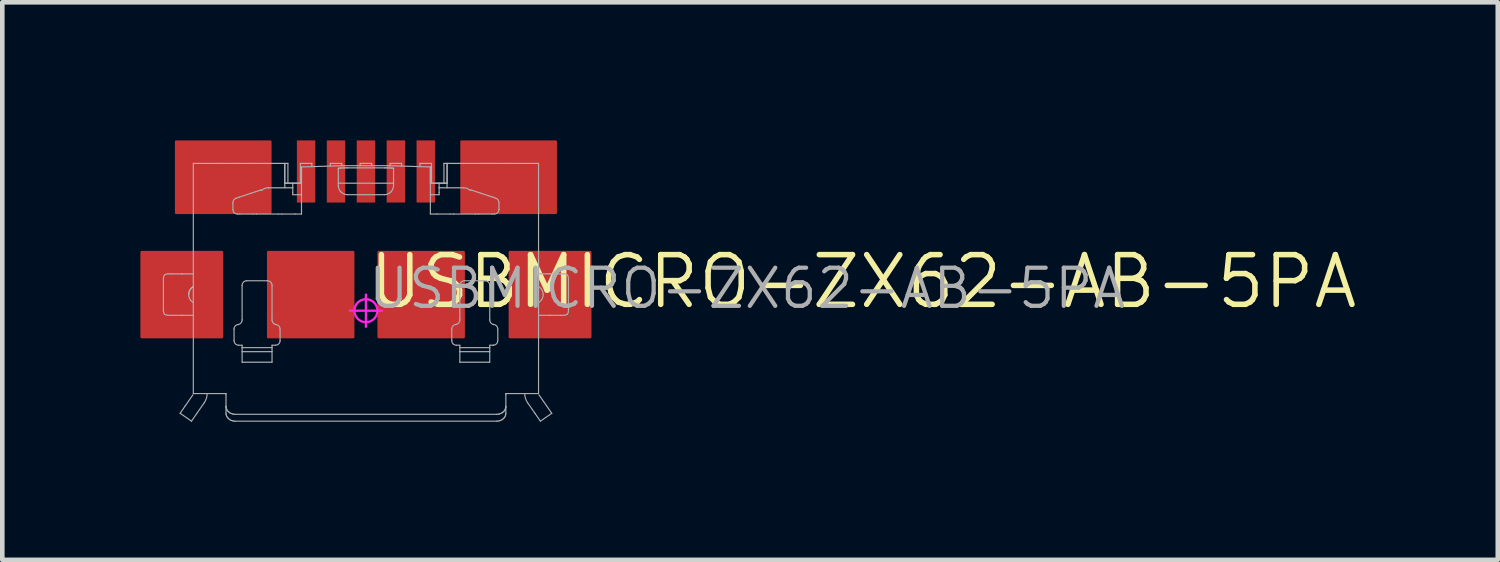
<source format=kicad_pcb>
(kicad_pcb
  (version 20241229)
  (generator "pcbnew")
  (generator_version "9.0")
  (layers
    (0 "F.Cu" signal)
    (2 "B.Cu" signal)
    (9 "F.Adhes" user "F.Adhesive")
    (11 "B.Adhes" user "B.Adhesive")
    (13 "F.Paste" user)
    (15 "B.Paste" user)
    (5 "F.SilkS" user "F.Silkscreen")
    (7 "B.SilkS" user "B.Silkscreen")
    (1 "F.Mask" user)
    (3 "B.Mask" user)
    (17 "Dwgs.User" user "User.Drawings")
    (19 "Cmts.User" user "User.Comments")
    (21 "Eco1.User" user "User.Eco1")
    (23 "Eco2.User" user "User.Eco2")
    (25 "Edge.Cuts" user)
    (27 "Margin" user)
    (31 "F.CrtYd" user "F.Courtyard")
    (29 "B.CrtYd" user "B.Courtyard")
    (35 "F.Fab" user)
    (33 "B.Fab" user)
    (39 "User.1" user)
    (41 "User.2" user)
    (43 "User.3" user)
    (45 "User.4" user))
  (footprint "USBMICRO-ZX62-AB-5PA"
    (layer "F.Cu")
    (at 4.9 3.7)
    (property "Reference" "USBMICRO-ZX62-AB-5PA" (at 0 0 0) (unlocked yes) (layer "F.SilkS") (effects (font (size 1.08 1.08) (thickness 0.12)) (justify left bottom)))
    (fp_line (start 0 -0.35) (end 0 0.35) (stroke (width 0.05) (type solid)) (layer "F.CrtYd"))
    (fp_line (start 0.35 0) (end -0.35 0) (stroke (width 0.05) (type solid)) (layer "F.CrtYd"))
    (fp_circle (center 0 0) (end 0.25 0) (stroke (width 0.05) (type solid)) (fill no) (layer "F.CrtYd"))
    (fp_line (start -4.4 0) (end -4.4 -0.7) (stroke (width 0.025) (type solid)) (layer "F.Fab"))
    (fp_line (start -4.304 -0.8) (end -4.232 -0.8) (stroke (width 0.025) (type solid)) (layer "F.Fab"))
    (fp_line (start -4.232 -0.8) (end -4.012 -0.8) (stroke (width 0.025) (type solid)) (layer "F.Fab"))
    (fp_line (start -4.232 0.1) (end -4.304 0.1) (stroke (width 0.025) (type solid)) (layer "F.Fab"))
    (fp_line (start -4.037 2.229) (end -3.79 2.4) (stroke (width 0.025) (type solid)) (layer "F.Fab"))
    (fp_line (start -4.012 -0.8) (end -3.983 -0.8) (stroke (width 0.025) (type solid)) (layer "F.Fab"))
    (fp_line (start -4.012 0.1) (end -4.232 0.1) (stroke (width 0.025) (type solid)) (layer "F.Fab"))
    (fp_line (start -3.983 -0.8) (end -3.75 -0.8) (stroke (width 0.025) (type solid)) (layer "F.Fab"))
    (fp_line (start -3.983 0.1) (end -4.012 0.1) (stroke (width 0.025) (type solid)) (layer "F.Fab"))
    (fp_line (start -3.923 2.064) (end -4.037 2.229) (stroke (width 0.025) (type solid)) (layer "F.Fab"))
    (fp_line (start -3.79 2.4) (end -3.676 2.235) (stroke (width 0.025) (type solid)) (layer "F.Fab"))
    (fp_line (start -3.759 1.828) (end -3.923 2.064) (stroke (width 0.025) (type solid)) (layer "F.Fab"))
    (fp_line (start -3.75 -3.2) (end -3.75 1.8) (stroke (width 0.025) (type solid)) (layer "F.Fab"))
    (fp_line (start -3.75 0.1) (end -3.983 0.1) (stroke (width 0.025) (type solid)) (layer "F.Fab"))
    (fp_line (start -3.75 1.8) (end -3.15 1.8) (stroke (width 0.025) (type solid)) (layer "F.Fab"))
    (fp_line (start -3.676 2.235) (end -3.512 1.999) (stroke (width 0.025) (type solid)) (layer "F.Fab"))
    (fp_line (start -3.15 -3.2) (end -3.75 -3.2) (stroke (width 0.025) (type solid)) (layer "F.Fab"))
    (fp_line (start -3.15 1.8) (end -3.04 1.8) (stroke (width 0.025) (type solid)) (layer "F.Fab"))
    (fp_line (start -3.04 1.8) (end -3.04 1.824) (stroke (width 0.025) (type solid)) (layer "F.Fab"))
    (fp_line (start -3.04 1.824) (end -3.04 2.077) (stroke (width 0.025) (type solid)) (layer "F.Fab"))
    (fp_line (start -3.04 2.077) (end -3.04 2.226) (stroke (width 0.025) (type solid)) (layer "F.Fab"))
    (fp_line (start -3.04 2.226) (end -3.037 2.253) (stroke (width 0.025) (type solid)) (layer "F.Fab"))
    (fp_line (start -3.037 2.105) (end -3.04 2.077) (stroke (width 0.025) (type solid)) (layer "F.Fab"))
    (fp_line (start -3.037 2.253) (end -3.03 2.28) (stroke (width 0.025) (type solid)) (layer "F.Fab"))
    (fp_line (start -3.03 2.131) (end -3.037 2.105) (stroke (width 0.025) (type solid)) (layer "F.Fab"))
    (fp_line (start -3.03 2.28) (end -3.018 2.305) (stroke (width 0.025) (type solid)) (layer "F.Fab"))
    (fp_line (start -3.018 2.156) (end -3.03 2.131) (stroke (width 0.025) (type solid)) (layer "F.Fab"))
    (fp_line (start -3.018 2.305) (end -3.002 2.328) (stroke (width 0.025) (type solid)) (layer "F.Fab"))
    (fp_line (start -3.002 2.18) (end -3.018 2.156) (stroke (width 0.025) (type solid)) (layer "F.Fab"))
    (fp_line (start -3.002 2.328) (end -2.981 2.349) (stroke (width 0.025) (type solid)) (layer "F.Fab"))
    (fp_line (start -2.981 2.2) (end -3.002 2.18) (stroke (width 0.025) (type solid)) (layer "F.Fab"))
    (fp_line (start -2.981 2.349) (end -2.958 2.367) (stroke (width 0.025) (type solid)) (layer "F.Fab"))
    (fp_line (start -2.958 2.218) (end -2.981 2.2) (stroke (width 0.025) (type solid)) (layer "F.Fab"))
    (fp_line (start -2.958 2.367) (end -2.931 2.381) (stroke (width 0.025) (type solid)) (layer "F.Fab"))
    (fp_line (start -2.931 2.232) (end -2.958 2.218) (stroke (width 0.025) (type solid)) (layer "F.Fab"))
    (fp_line (start -2.931 2.381) (end -2.902 2.391) (stroke (width 0.025) (type solid)) (layer "F.Fab"))
    (fp_line (start -2.902 2.243) (end -2.931 2.232) (stroke (width 0.025) (type solid)) (layer "F.Fab"))
    (fp_line (start -2.902 2.391) (end -2.871 2.398) (stroke (width 0.025) (type solid)) (layer "F.Fab"))
    (fp_line (start -2.89 -2.348) (end -2.89 -2.2) (stroke (width 0.025) (type solid)) (layer "F.Fab"))
    (fp_line (start -2.871 2.249) (end -2.902 2.243) (stroke (width 0.025) (type solid)) (layer "F.Fab"))
    (fp_line (start -2.871 2.398) (end -2.84 2.4) (stroke (width 0.025) (type solid)) (layer "F.Fab"))
    (fp_line (start -2.865 0.65) (end -2.865 0.4) (stroke (width 0.025) (type solid)) (layer "F.Fab"))
    (fp_line (start -2.84 2.251) (end -2.871 2.249) (stroke (width 0.025) (type solid)) (layer "F.Fab"))
    (fp_line (start -2.84 2.4) (end 2.84 2.4) (stroke (width 0.025) (type solid)) (layer "F.Fab"))
    (fp_line (start -2.79 -2.1) (end -2.74 -2.1) (stroke (width 0.025) (type solid)) (layer "F.Fab"))
    (fp_line (start -2.755 -3.2) (end -3.15 -3.2) (stroke (width 0.025) (type solid)) (layer "F.Fab"))
    (fp_line (start -2.755 -2.466) (end -2.822 -2.443) (stroke (width 0.025) (type solid)) (layer "F.Fab"))
    (fp_line (start -2.74 -2.1) (end -2.453 -2.1) (stroke (width 0.025) (type solid)) (layer "F.Fab"))
    (fp_line (start -2.69 0.201) (end -2.69 -0.55) (stroke (width 0.025) (type solid)) (layer "F.Fab"))
    (fp_line (start -2.69 0.75) (end -2.765 0.75) (stroke (width 0.025) (type solid)) (layer "F.Fab"))
    (fp_line (start -2.69 0.802) (end -2.69 0.75) (stroke (width 0.025) (type solid)) (layer "F.Fab"))
    (fp_line (start -2.69 0.89) (end -2.69 0.802) (stroke (width 0.025) (type solid)) (layer "F.Fab"))
    (fp_line (start -2.69 1.119) (end -2.69 0.89) (stroke (width 0.025) (type solid)) (layer "F.Fab"))
    (fp_line (start -2.59 -0.65) (end -2.14 -0.65) (stroke (width 0.025) (type solid)) (layer "F.Fab"))
    (fp_line (start -2.5 -3.2) (end -2.755 -3.2) (stroke (width 0.025) (type solid)) (layer "F.Fab"))
    (fp_line (start -2.5 -2.551) (end -2.755 -2.466) (stroke (width 0.025) (type solid)) (layer "F.Fab"))
    (fp_line (start -2.453 -2.1) (end -2.377 -2.1) (stroke (width 0.025) (type solid)) (layer "F.Fab"))
    (fp_line (start -2.377 -2.1) (end -1.903 -2.1) (stroke (width 0.025) (type solid)) (layer "F.Fab"))
    (fp_line (start -2.29 -2.62) (end -2.5 -2.551) (stroke (width 0.025) (type solid)) (layer "F.Fab"))
    (fp_line (start -2.258 -2.62) (end -2.29 -2.62) (stroke (width 0.025) (type solid)) (layer "F.Fab"))
    (fp_line (start -2.04 -0.55) (end -2.04 0.201) (stroke (width 0.025) (type solid)) (layer "F.Fab"))
    (fp_line (start -2.04 0.75) (end -2.04 0.802) (stroke (width 0.025) (type solid)) (layer "F.Fab"))
    (fp_line (start -2.04 0.802) (end -2.69 0.802) (stroke (width 0.025) (type solid)) (layer "F.Fab"))
    (fp_line (start -2.04 0.802) (end -2.04 0.89) (stroke (width 0.025) (type solid)) (layer "F.Fab"))
    (fp_line (start -2.04 0.89) (end -2.69 0.89) (stroke (width 0.025) (type solid)) (layer "F.Fab"))
    (fp_line (start -2.04 0.89) (end -2.04 1.119) (stroke (width 0.025) (type solid)) (layer "F.Fab"))
    (fp_line (start -2.04 1.119) (end -2.69 1.119) (stroke (width 0.025) (type solid)) (layer "F.Fab"))
    (fp_line (start -1.965 0.75) (end -2.04 0.75) (stroke (width 0.025) (type solid)) (layer "F.Fab"))
    (fp_line (start -1.903 -2.1) (end -1.827 -2.1) (stroke (width 0.025) (type solid)) (layer "F.Fab"))
    (fp_line (start -1.865 0.4) (end -1.865 0.65) (stroke (width 0.025) (type solid)) (layer "F.Fab"))
    (fp_line (start -1.827 -2.1) (end -1.54 -2.1) (stroke (width 0.025) (type solid)) (layer "F.Fab"))
    (fp_line (start -1.763 -3.2) (end -2.5 -3.2) (stroke (width 0.025) (type solid)) (layer "F.Fab"))
    (fp_line (start -1.763 -3.2) (end -1.763 -2.67) (stroke (width 0.025) (type solid)) (layer "F.Fab"))
    (fp_line (start -1.763 -3.2) (end -1.695 -3.2) (stroke (width 0.025) (type solid)) (layer "F.Fab"))
    (fp_line (start -1.763 -2.77) (end -1.763 -3.2) (stroke (width 0.025) (type solid)) (layer "F.Fab"))
    (fp_line (start -1.763 -2.77) (end -1.59 -2.77) (stroke (width 0.025) (type solid)) (layer "F.Fab"))
    (fp_line (start -1.695 -3.2) (end -1.695 -2.77) (stroke (width 0.025) (type solid)) (layer "F.Fab"))
    (fp_line (start -1.59 -2.77) (end -1.59 -2.67) (stroke (width 0.025) (type solid)) (layer "F.Fab"))
    (fp_line (start -1.59 -2.77) (end -1.4 -2.77) (stroke (width 0.025) (type solid)) (layer "F.Fab"))
    (fp_line (start -1.59 -2.67) (end -2.112 -2.67) (stroke (width 0.025) (type solid)) (layer "F.Fab"))
    (fp_line (start -1.59 -2.57) (end -1.59 -2.67) (stroke (width 0.025) (type solid)) (layer "F.Fab"))
    (fp_line (start -1.59 -2.52) (end -1.59 -2.57) (stroke (width 0.025) (type solid)) (layer "F.Fab"))
    (fp_line (start -1.54 -2.1) (end -1.4 -2.1) (stroke (width 0.025) (type solid)) (layer "F.Fab"))
    (fp_line (start -1.425 -3.2) (end -1.175 -3.2) (stroke (width 0.025) (type solid)) (layer "F.Fab"))
    (fp_line (start -1.425 -2.77) (end -1.425 -3.2) (stroke (width 0.025) (type solid)) (layer "F.Fab"))
    (fp_line (start -1.4 -3.123) (end -1.4 -2.77) (stroke (width 0.025) (type solid)) (layer "F.Fab"))
    (fp_line (start -1.4 -3.079) (end -1.4 -3.123) (stroke (width 0.025) (type solid)) (layer "F.Fab"))
    (fp_line (start -1.4 -2.77) (end -1.763 -2.77) (stroke (width 0.025) (type solid)) (layer "F.Fab"))
    (fp_line (start -1.4 -2.58) (end -1.4 -3.079) (stroke (width 0.025) (type solid)) (layer "F.Fab"))
    (fp_line (start -1.4 -2.52) (end -1.59 -2.52) (stroke (width 0.025) (type solid)) (layer "F.Fab"))
    (fp_line (start -1.4 -2.1) (end -1.4 -2.58) (stroke (width 0.025) (type solid)) (layer "F.Fab"))
    (fp_line (start -1.175 -3.13) (end -1.175 -3.2) (stroke (width 0.025) (type solid)) (layer "F.Fab"))
    (fp_line (start -0.775 -3.2) (end -0.775 -3.142) (stroke (width 0.025) (type solid)) (layer "F.Fab"))
    (fp_line (start -0.775 -3.2) (end -0.525 -3.2) (stroke (width 0.025) (type solid)) (layer "F.Fab"))
    (fp_line (start -0.6 -3.092) (end -0.597 -3.094) (stroke (width 0.025) (type solid)) (layer "F.Fab"))
    (fp_line (start -0.6 -3.079) (end -0.6 -3.092) (stroke (width 0.025) (type solid)) (layer "F.Fab"))
    (fp_line (start -0.6 -2.77) (end 0.6 -2.77) (stroke (width 0.025) (type solid)) (layer "F.Fab"))
    (fp_line (start -0.6 -2.72) (end -0.6 -3.079) (stroke (width 0.025) (type solid)) (layer "F.Fab"))
    (fp_line (start -0.597 -3.094) (end -0.59 -3.096) (stroke (width 0.025) (type solid)) (layer "F.Fab"))
    (fp_line (start -0.59 -3.096) (end -0.578 -3.097) (stroke (width 0.025) (type solid)) (layer "F.Fab"))
    (fp_line (start -0.578 -3.097) (end -0.562 -3.099) (stroke (width 0.025) (type solid)) (layer "F.Fab"))
    (fp_line (start -0.562 -3.099) (end -0.541 -3.1) (stroke (width 0.025) (type solid)) (layer "F.Fab"))
    (fp_line (start -0.541 -3.1) (end -0.518 -3.101) (stroke (width 0.025) (type solid)) (layer "F.Fab"))
    (fp_line (start -0.525 -3.15) (end -0.525 -3.2) (stroke (width 0.025) (type solid)) (layer "F.Fab"))
    (fp_line (start -0.518 -3.101) (end -0.491 -3.102) (stroke (width 0.025) (type solid)) (layer "F.Fab"))
    (fp_line (start -0.5 -3.15) (end -1.4 -3.123) (stroke (width 0.025) (type solid)) (layer "F.Fab"))
    (fp_line (start -0.491 -3.102) (end -0.462 -3.103) (stroke (width 0.025) (type solid)) (layer "F.Fab"))
    (fp_line (start -0.462 -3.103) (end -0.431 -3.103) (stroke (width 0.025) (type solid)) (layer "F.Fab"))
    (fp_line (start -0.431 -3.103) (end -0.4 -3.103) (stroke (width 0.025) (type solid)) (layer "F.Fab"))
    (fp_line (start -0.4 -3.103) (end 0.4 -3.103) (stroke (width 0.025) (type solid)) (layer "F.Fab"))
    (fp_line (start -0.125 -3.2) (end -0.125 -3.15) (stroke (width 0.025) (type solid)) (layer "F.Fab"))
    (fp_line (start -0.125 -3.2) (end 0.125 -3.2) (stroke (width 0.025) (type solid)) (layer "F.Fab"))
    (fp_line (start 0.125 -3.15) (end 0.125 -3.2) (stroke (width 0.025) (type solid)) (layer "F.Fab"))
    (fp_line (start 0.4 -3.103) (end 0.431 -3.103) (stroke (width 0.025) (type solid)) (layer "F.Fab"))
    (fp_line (start 0.4 -2.52) (end -0.4 -2.52) (stroke (width 0.025) (type solid)) (layer "F.Fab"))
    (fp_line (start 0.431 -3.103) (end 0.462 -3.103) (stroke (width 0.025) (type solid)) (layer "F.Fab"))
    (fp_line (start 0.462 -3.103) (end 0.491 -3.102) (stroke (width 0.025) (type solid)) (layer "F.Fab"))
    (fp_line (start 0.491 -3.102) (end 0.518 -3.101) (stroke (width 0.025) (type solid)) (layer "F.Fab"))
    (fp_line (start 0.5 -3.15) (end -0.5 -3.15) (stroke (width 0.025) (type solid)) (layer "F.Fab"))
    (fp_line (start 0.518 -3.101) (end 0.541 -3.1) (stroke (width 0.025) (type solid)) (layer "F.Fab"))
    (fp_line (start 0.525 -3.2) (end 0.525 -3.15) (stroke (width 0.025) (type solid)) (layer "F.Fab"))
    (fp_line (start 0.525 -3.2) (end 0.775 -3.2) (stroke (width 0.025) (type solid)) (layer "F.Fab"))
    (fp_line (start 0.541 -3.1) (end 0.562 -3.099) (stroke (width 0.025) (type solid)) (layer "F.Fab"))
    (fp_line (start 0.562 -3.099) (end 0.578 -3.097) (stroke (width 0.025) (type solid)) (layer "F.Fab"))
    (fp_line (start 0.578 -3.097) (end 0.59 -3.096) (stroke (width 0.025) (type solid)) (layer "F.Fab"))
    (fp_line (start 0.59 -3.096) (end 0.598 -3.094) (stroke (width 0.025) (type solid)) (layer "F.Fab"))
    (fp_line (start 0.598 -3.094) (end 0.6 -3.092) (stroke (width 0.025) (type solid)) (layer "F.Fab"))
    (fp_line (start 0.6 -3.092) (end 0.6 -3.079) (stroke (width 0.025) (type solid)) (layer "F.Fab"))
    (fp_line (start 0.6 -3.079) (end 0.6 -2.72) (stroke (width 0.025) (type solid)) (layer "F.Fab"))
    (fp_line (start 0.775 -3.142) (end 0.775 -3.2) (stroke (width 0.025) (type solid)) (layer "F.Fab"))
    (fp_line (start 1.175 -3.2) (end 1.175 -3.13) (stroke (width 0.025) (type solid)) (layer "F.Fab"))
    (fp_line (start 1.175 -3.2) (end 1.425 -3.2) (stroke (width 0.025) (type solid)) (layer "F.Fab"))
    (fp_line (start 1.4 -3.123) (end 0.5 -3.15) (stroke (width 0.025) (type solid)) (layer "F.Fab"))
    (fp_line (start 1.4 -3.079) (end 1.4 -3.123) (stroke (width 0.025) (type solid)) (layer "F.Fab"))
    (fp_line (start 1.4 -2.77) (end 1.4 -3.123) (stroke (width 0.025) (type solid)) (layer "F.Fab"))
    (fp_line (start 1.4 -2.77) (end 1.59 -2.77) (stroke (width 0.025) (type solid)) (layer "F.Fab"))
    (fp_line (start 1.4 -2.58) (end 1.4 -3.079) (stroke (width 0.025) (type solid)) (layer "F.Fab"))
    (fp_line (start 1.4 -2.1) (end 1.4 -2.58) (stroke (width 0.025) (type solid)) (layer "F.Fab"))
    (fp_line (start 1.425 -3.2) (end 1.425 -2.77) (stroke (width 0.025) (type solid)) (layer "F.Fab"))
    (fp_line (start 1.54 -2.1) (end 1.4 -2.1) (stroke (width 0.025) (type solid)) (layer "F.Fab"))
    (fp_line (start 1.59 -2.77) (end 1.59 -2.67) (stroke (width 0.025) (type solid)) (layer "F.Fab"))
    (fp_line (start 1.59 -2.77) (end 1.763 -2.77) (stroke (width 0.025) (type solid)) (layer "F.Fab"))
    (fp_line (start 1.59 -2.67) (end 1.59 -2.57) (stroke (width 0.025) (type solid)) (layer "F.Fab"))
    (fp_line (start 1.59 -2.67) (end 2.112 -2.67) (stroke (width 0.025) (type solid)) (layer "F.Fab"))
    (fp_line (start 1.59 -2.57) (end 1.59 -2.52) (stroke (width 0.025) (type solid)) (layer "F.Fab"))
    (fp_line (start 1.59 -2.52) (end 1.4 -2.52) (stroke (width 0.025) (type solid)) (layer "F.Fab"))
    (fp_line (start 1.695 -3.2) (end 1.695 -2.77) (stroke (width 0.025) (type solid)) (layer "F.Fab"))
    (fp_line (start 1.763 -3.2) (end 1.695 -3.2) (stroke (width 0.025) (type solid)) (layer "F.Fab"))
    (fp_line (start 1.763 -3.2) (end 1.763 -2.77) (stroke (width 0.025) (type solid)) (layer "F.Fab"))
    (fp_line (start 1.763 -3.2) (end 1.763 -2.67) (stroke (width 0.025) (type solid)) (layer "F.Fab"))
    (fp_line (start 1.763 -2.77) (end 1.4 -2.77) (stroke (width 0.025) (type solid)) (layer "F.Fab"))
    (fp_line (start 1.827 -2.1) (end 1.54 -2.1) (stroke (width 0.025) (type solid)) (layer "F.Fab"))
    (fp_line (start 1.865 0.65) (end 1.865 0.4) (stroke (width 0.025) (type solid)) (layer "F.Fab"))
    (fp_line (start 1.903 -2.1) (end 1.827 -2.1) (stroke (width 0.025) (type solid)) (layer "F.Fab"))
    (fp_line (start 2.04 0.201) (end 2.04 -0.55) (stroke (width 0.025) (type solid)) (layer "F.Fab"))
    (fp_line (start 2.04 0.75) (end 1.965 0.75) (stroke (width 0.025) (type solid)) (layer "F.Fab"))
    (fp_line (start 2.04 0.802) (end 2.04 0.75) (stroke (width 0.025) (type solid)) (layer "F.Fab"))
    (fp_line (start 2.04 0.802) (end 2.69 0.802) (stroke (width 0.025) (type solid)) (layer "F.Fab"))
    (fp_line (start 2.04 0.89) (end 2.04 0.802) (stroke (width 0.025) (type solid)) (layer "F.Fab"))
    (fp_line (start 2.04 0.89) (end 2.69 0.89) (stroke (width 0.025) (type solid)) (layer "F.Fab"))
    (fp_line (start 2.04 1.119) (end 2.04 0.89) (stroke (width 0.025) (type solid)) (layer "F.Fab"))
    (fp_line (start 2.14 -0.65) (end 2.59 -0.65) (stroke (width 0.025) (type solid)) (layer "F.Fab"))
    (fp_line (start 2.258 -2.62) (end 2.29 -2.62) (stroke (width 0.025) (type solid)) (layer "F.Fab"))
    (fp_line (start 2.29 -2.62) (end 2.5 -2.551) (stroke (width 0.025) (type solid)) (layer "F.Fab"))
    (fp_line (start 2.377 -2.1) (end 1.903 -2.1) (stroke (width 0.025) (type solid)) (layer "F.Fab"))
    (fp_line (start 2.453 -2.1) (end 2.377 -2.1) (stroke (width 0.025) (type solid)) (layer "F.Fab"))
    (fp_line (start 2.5 -3.2) (end 1.763 -3.2) (stroke (width 0.025) (type solid)) (layer "F.Fab"))
    (fp_line (start 2.5 -2.551) (end 2.755 -2.466) (stroke (width 0.025) (type solid)) (layer "F.Fab"))
    (fp_line (start 2.69 -0.55) (end 2.69 0.201) (stroke (width 0.025) (type solid)) (layer "F.Fab"))
    (fp_line (start 2.69 0.75) (end 2.69 0.802) (stroke (width 0.025) (type solid)) (layer "F.Fab"))
    (fp_line (start 2.69 0.802) (end 2.69 0.89) (stroke (width 0.025) (type solid)) (layer "F.Fab"))
    (fp_line (start 2.69 0.89) (end 2.69 1.119) (stroke (width 0.025) (type solid)) (layer "F.Fab"))
    (fp_line (start 2.69 1.119) (end 2.04 1.119) (stroke (width 0.025) (type solid)) (layer "F.Fab"))
    (fp_line (start 2.74 -2.1) (end 2.453 -2.1) (stroke (width 0.025) (type solid)) (layer "F.Fab"))
    (fp_line (start 2.755 -3.2) (end 2.5 -3.2) (stroke (width 0.025) (type solid)) (layer "F.Fab"))
    (fp_line (start 2.755 -2.466) (end 2.822 -2.443) (stroke (width 0.025) (type solid)) (layer "F.Fab"))
    (fp_line (start 2.764 0.75) (end 2.69 0.75) (stroke (width 0.025) (type solid)) (layer "F.Fab"))
    (fp_line (start 2.765 0.75) (end 2.764 0.75) (stroke (width 0.025) (type solid)) (layer "F.Fab"))
    (fp_line (start 2.79 -2.1) (end 2.74 -2.1) (stroke (width 0.025) (type solid)) (layer "F.Fab"))
    (fp_line (start 2.84 2.251) (end -2.84 2.251) (stroke (width 0.025) (type solid)) (layer "F.Fab"))
    (fp_line (start 2.84 2.4) (end 2.871 2.398) (stroke (width 0.025) (type solid)) (layer "F.Fab"))
    (fp_line (start 2.865 0.4) (end 2.865 0.65) (stroke (width 0.025) (type solid)) (layer "F.Fab"))
    (fp_line (start 2.871 2.249) (end 2.84 2.251) (stroke (width 0.025) (type solid)) (layer "F.Fab"))
    (fp_line (start 2.871 2.398) (end 2.902 2.391) (stroke (width 0.025) (type solid)) (layer "F.Fab"))
    (fp_line (start 2.89 -2.348) (end 2.89 -2.2) (stroke (width 0.025) (type solid)) (layer "F.Fab"))
    (fp_line (start 2.902 2.243) (end 2.871 2.249) (stroke (width 0.025) (type solid)) (layer "F.Fab"))
    (fp_line (start 2.902 2.391) (end 2.931 2.381) (stroke (width 0.025) (type solid)) (layer "F.Fab"))
    (fp_line (start 2.931 2.232) (end 2.902 2.243) (stroke (width 0.025) (type solid)) (layer "F.Fab"))
    (fp_line (start 2.931 2.381) (end 2.958 2.367) (stroke (width 0.025) (type solid)) (layer "F.Fab"))
    (fp_line (start 2.958 2.218) (end 2.931 2.232) (stroke (width 0.025) (type solid)) (layer "F.Fab"))
    (fp_line (start 2.958 2.367) (end 2.981 2.349) (stroke (width 0.025) (type solid)) (layer "F.Fab"))
    (fp_line (start 2.981 2.2) (end 2.958 2.218) (stroke (width 0.025) (type solid)) (layer "F.Fab"))
    (fp_line (start 2.981 2.349) (end 3.002 2.328) (stroke (width 0.025) (type solid)) (layer "F.Fab"))
    (fp_line (start 3.002 2.18) (end 2.981 2.2) (stroke (width 0.025) (type solid)) (layer "F.Fab"))
    (fp_line (start 3.002 2.328) (end 3.018 2.305) (stroke (width 0.025) (type solid)) (layer "F.Fab"))
    (fp_line (start 3.018 2.156) (end 3.002 2.18) (stroke (width 0.025) (type solid)) (layer "F.Fab"))
    (fp_line (start 3.018 2.305) (end 3.03 2.28) (stroke (width 0.025) (type solid)) (layer "F.Fab"))
    (fp_line (start 3.03 2.131) (end 3.018 2.156) (stroke (width 0.025) (type solid)) (layer "F.Fab"))
    (fp_line (start 3.03 2.28) (end 3.038 2.253) (stroke (width 0.025) (type solid)) (layer "F.Fab"))
    (fp_line (start 3.038 2.105) (end 3.03 2.131) (stroke (width 0.025) (type solid)) (layer "F.Fab"))
    (fp_line (start 3.038 2.253) (end 3.04 2.226) (stroke (width 0.025) (type solid)) (layer "F.Fab"))
    (fp_line (start 3.04 1.8) (end 3.15 1.8) (stroke (width 0.025) (type solid)) (layer "F.Fab"))
    (fp_line (start 3.04 1.824) (end 3.04 1.8) (stroke (width 0.025) (type solid)) (layer "F.Fab"))
    (fp_line (start 3.04 2.077) (end 3.038 2.105) (stroke (width 0.025) (type solid)) (layer "F.Fab"))
    (fp_line (start 3.04 2.077) (end 3.04 1.824) (stroke (width 0.025) (type solid)) (layer "F.Fab"))
    (fp_line (start 3.04 2.226) (end 3.04 2.077) (stroke (width 0.025) (type solid)) (layer "F.Fab"))
    (fp_line (start 3.15 -3.2) (end 2.755 -3.2) (stroke (width 0.025) (type solid)) (layer "F.Fab"))
    (fp_line (start 3.15 1.8) (end 3.75 1.8) (stroke (width 0.025) (type solid)) (layer "F.Fab"))
    (fp_line (start 3.512 1.999) (end 3.676 2.235) (stroke (width 0.025) (type solid)) (layer "F.Fab"))
    (fp_line (start 3.676 2.235) (end 3.79 2.4) (stroke (width 0.025) (type solid)) (layer "F.Fab"))
    (fp_line (start 3.75 -3.2) (end 3.15 -3.2) (stroke (width 0.025) (type solid)) (layer "F.Fab"))
    (fp_line (start 3.75 -0.8) (end 3.983 -0.8) (stroke (width 0.025) (type solid)) (layer "F.Fab"))
    (fp_line (start 3.75 1.8) (end 3.75 -3.2) (stroke (width 0.025) (type solid)) (layer "F.Fab"))
    (fp_line (start 3.79 2.4) (end 4.037 2.229) (stroke (width 0.025) (type solid)) (layer "F.Fab"))
    (fp_line (start 3.923 2.064) (end 3.759 1.828) (stroke (width 0.025) (type solid)) (layer "F.Fab"))
    (fp_line (start 3.983 -0.8) (end 4.012 -0.8) (stroke (width 0.025) (type solid)) (layer "F.Fab"))
    (fp_line (start 3.983 0.1) (end 3.75 0.1) (stroke (width 0.025) (type solid)) (layer "F.Fab"))
    (fp_line (start 4.012 -0.8) (end 4.232 -0.8) (stroke (width 0.025) (type solid)) (layer "F.Fab"))
    (fp_line (start 4.012 0.1) (end 3.983 0.1) (stroke (width 0.025) (type solid)) (layer "F.Fab"))
    (fp_line (start 4.037 2.229) (end 3.923 2.064) (stroke (width 0.025) (type solid)) (layer "F.Fab"))
    (fp_line (start 4.232 -0.8) (end 4.304 -0.8) (stroke (width 0.025) (type solid)) (layer "F.Fab"))
    (fp_line (start 4.232 0.1) (end 4.012 0.1) (stroke (width 0.025) (type solid)) (layer "F.Fab"))
    (fp_line (start 4.304 0.1) (end 4.232 0.1) (stroke (width 0.025) (type solid)) (layer "F.Fab"))
    (fp_line (start 4.4 -0.7) (end 4.4 0) (stroke (width 0.025) (type solid)) (layer "F.Fab"))
    (fp_arc (start -4.400103 -0.700003) (mid -4.40006 -0.701502) (end -4.4 -0.703) (stroke (width 0.025) (type solid)) (layer "F.Fab"))
    (fp_arc (start -4.400015 0.002) (mid -4.400011 0.001) (end -4.4 0) (stroke (width 0.025) (type solid)) (layer "F.Fab"))
    (fp_arc (start -4.399471 -0.703) (mid -4.394507 -0.738366) (end -4.38 -0.771) (stroke (width 0.025) (type solid)) (layer "F.Fab"))
    (fp_arc (start -4.380446 0.070278) (mid -4.395014 0.037511) (end -4.4 0.002) (stroke (width 0.025) (type solid)) (layer "F.Fab"))
    (fp_arc (start -4.379915 -0.770896) (mid -4.344409 -0.791843) (end -4.304 -0.8) (stroke (width 0.025) (type solid)) (layer "F.Fab"))
    (fp_arc (start -4.304003 0.099134) (mid -4.344456 0.090969) (end -4.38 0.07) (stroke (width 0.025) (type solid)) (layer "F.Fab"))
    (fp_arc (start -3.850687 -0.35) (mid -3.823701 -0.450516) (end -3.75 -0.524) (stroke (width 0.025) (type solid)) (layer "F.Fab"))
    (fp_arc (start -3.849821 -0.35) (mid -3.823076 -0.449867) (end -3.75 -0.523) (stroke (width 0.025) (type solid)) (layer "F.Fab"))
    (fp_arc (start -3.750089 -0.175842) (mid -3.823482 -0.249475) (end -3.85 -0.35) (stroke (width 0.025) (type solid)) (layer "F.Fab"))
    (fp_arc (start -3.449934 1.8) (mid -3.465811 1.904227) (end -3.512 1.999) (stroke (width 0.025) (type solid)) (layer "F.Fab"))
    (fp_arc (start -2.890243 -2.348) (mid -2.871414 -2.406485) (end -2.822 -2.443) (stroke (width 0.025) (type solid)) (layer "F.Fab"))
    (fp_arc (start -2.867 0.401) (mid -2.837711 0.330289) (end -2.767 0.301) (stroke (width 0.025) (type solid)) (layer "F.Fab"))
    (fp_arc (start -2.79 -2.1) (mid -2.860711 -2.129289) (end -2.89 -2.2) (stroke (width 0.025) (type solid)) (layer "F.Fab"))
    (fp_arc (start -2.765 0.75) (mid -2.835711 0.720711) (end -2.865 0.65) (stroke (width 0.025) (type solid)) (layer "F.Fab"))
    (fp_arc (start -2.690148 0.201) (mid -2.714939 0.266849) (end -2.777 0.3) (stroke (width 0.025) (type solid)) (layer "F.Fab"))
    (fp_arc (start -2.69 -0.55) (mid -2.660711 -0.620711) (end -2.59 -0.65) (stroke (width 0.025) (type solid)) (layer "F.Fab"))
    (fp_arc (start -2.258584 -2.620515) (mid -2.194808 -2.657975) (end -2.122 -2.671) (stroke (width 0.025) (type solid)) (layer "F.Fab"))
    (fp_arc (start -2.14 -0.65) (mid -2.069289 -0.620711) (end -2.04 -0.55) (stroke (width 0.025) (type solid)) (layer "F.Fab"))
    (fp_arc (start -2.122 -2.67024) (mid -2.116999 -2.67018) (end -2.112 -2.67) (stroke (width 0.025) (type solid)) (layer "F.Fab"))
    (fp_arc (start -1.966 0.301) (mid -1.895289 0.330289) (end -1.866 0.401) (stroke (width 0.025) (type solid)) (layer "F.Fab"))
    (fp_arc (start -1.952034 0.300272) (mid -2.014844 0.267319) (end -2.04 0.201) (stroke (width 0.025) (type solid)) (layer "F.Fab"))
    (fp_arc (start -1.864 0.649) (mid -1.893289 0.719711) (end -1.964 0.749) (stroke (width 0.025) (type solid)) (layer "F.Fab"))
    (fp_arc (start -0.542421 -2.579584) (mid -0.585046 -2.644119) (end -0.6 -2.72) (stroke (width 0.025) (type solid)) (layer "F.Fab"))
    (fp_arc (start -0.4 -2.520589) (mid -0.476964 -2.536041) (end -0.542 -2.58) (stroke (width 0.025) (type solid)) (layer "F.Fab"))
    (fp_arc (start 0.542421 -2.579584) (mid 0.477191 -2.535496) (end 0.4 -2.52) (stroke (width 0.025) (type solid)) (layer "F.Fab"))
    (fp_arc (start 0.599408 -2.72) (mid 0.584499 -2.644343) (end 0.542 -2.58) (stroke (width 0.025) (type solid)) (layer "F.Fab"))
    (fp_arc (start 1.864 0.398) (mid 1.893289 0.327289) (end 1.964 0.298) (stroke (width 0.025) (type solid)) (layer "F.Fab"))
    (fp_arc (start 1.965 0.75) (mid 1.894289 0.720711) (end 1.865 0.65) (stroke (width 0.025) (type solid)) (layer "F.Fab"))
    (fp_arc (start 2.039851 0.200999) (mid 2.015061 0.266848) (end 1.953 0.3) (stroke (width 0.025) (type solid)) (layer "F.Fab"))
    (fp_arc (start 2.04 -0.55) (mid 2.069289 -0.620711) (end 2.14 -0.65) (stroke (width 0.025) (type solid)) (layer "F.Fab"))
    (fp_arc (start 2.122 -2.670228) (mid 2.19449 -2.65727) (end 2.258 -2.62) (stroke (width 0.025) (type solid)) (layer "F.Fab"))
    (fp_arc (start 2.59 -0.65) (mid 2.660711 -0.620711) (end 2.69 -0.55) (stroke (width 0.025) (type solid)) (layer "F.Fab"))
    (fp_arc (start 2.764 0.299) (mid 2.834711 0.328289) (end 2.864 0.399) (stroke (width 0.025) (type solid)) (layer "F.Fab"))
    (fp_arc (start 2.777966 0.300271) (mid 2.715156 0.267318) (end 2.69 0.201) (stroke (width 0.025) (type solid)) (layer "F.Fab"))
    (fp_arc (start 2.821921 -2.442767) (mid 2.871216 -2.406343) (end 2.89 -2.348) (stroke (width 0.025) (type solid)) (layer "F.Fab"))
    (fp_arc (start 2.864 0.65) (mid 2.834711 0.720711) (end 2.764 0.75) (stroke (width 0.025) (type solid)) (layer "F.Fab"))
    (fp_arc (start 2.89 -2.2) (mid 2.860711 -2.129289) (end 2.79 -2.1) (stroke (width 0.025) (type solid)) (layer "F.Fab"))
    (fp_arc (start 3.512053 1.998962) (mid 3.465873 1.904207) (end 3.45 1.8) (stroke (width 0.025) (type solid)) (layer "F.Fab"))
    (fp_arc (start 3.750089 -0.524156) (mid 3.823482 -0.450524) (end 3.85 -0.35) (stroke (width 0.025) (type solid)) (layer "F.Fab"))
    (fp_arc (start 3.84982 -0.35) (mid 3.823076 -0.250134) (end 3.75 -0.177) (stroke (width 0.025) (type solid)) (layer "F.Fab"))
    (fp_arc (start 4.303993 -0.800781) (mid 4.34503 -0.792441) (end 4.381 -0.771) (stroke (width 0.025) (type solid)) (layer "F.Fab"))
    (fp_arc (start 4.380728 -0.770831) (mid 4.395089 -0.738258) (end 4.4 -0.703) (stroke (width 0.025) (type solid)) (layer "F.Fab"))
    (fp_arc (start 4.381143 0.070168) (mid 4.345109 0.091646) (end 4.304 0.1) (stroke (width 0.025) (type solid)) (layer "F.Fab"))
    (fp_arc (start 4.399984 0) (mid 4.399996 0.001) (end 4.4 0.002) (stroke (width 0.025) (type solid)) (layer "F.Fab"))
    (fp_arc (start 4.400034 -0.703) (mid 4.400026 -0.7015) (end 4.4 -0.7) (stroke (width 0.025) (type solid)) (layer "F.Fab"))
    (fp_arc (start 4.400321 0.002) (mid 4.395397 0.037346) (end 4.381 0.07) (stroke (width 0.025) (type solid)) (layer "F.Fab"))
    (fp_text user "${REFERENCE}" (at 0 0 0) (unlocked yes) (layer "F.Fab") (effects (font (size 0.828 0.828) (thickness 0.092)) (justify left bottom)))
    (pad "1" smd roundrect (at -1.3 -3.025 180) (size 0.4 1.35) (layers "F.Cu" "F.Mask" "F.Paste") (roundrect_rratio 0.015))
    (pad "2" smd roundrect (at -0.65 -3.025 180) (size 0.4 1.35) (layers "F.Cu" "F.Mask" "F.Paste") (roundrect_rratio 0.015))
    (pad "3" smd roundrect (at 0 -3.025 180) (size 0.4 1.35) (layers "F.Cu" "F.Mask" "F.Paste") (roundrect_rratio 0.015))
    (pad "4" smd roundrect (at 0.65 -3.025 180) (size 0.4 1.35) (layers "F.Cu" "F.Mask" "F.Paste") (roundrect_rratio 0.015))
    (pad "5" smd roundrect (at 1.3 -3.025 180) (size 0.4 1.35) (layers "F.Cu" "F.Mask" "F.Paste") (roundrect_rratio 0.015))
    (pad "6" smd roundrect (at 3.1 -2.9 180) (size 2.1 1.6) (layers "F.Cu" "F.Mask" "F.Paste") (roundrect_rratio 0.015))
    (pad "7" smd roundrect (at 4 -0.35 180) (size 1.8 1.9) (layers "F.Cu" "F.Mask" "F.Paste") (roundrect_rratio 0.015))
    (pad "8" smd roundrect (at 1.2 -0.35 180) (size 1.9 1.9) (layers "F.Cu" "F.Mask" "F.Paste") (roundrect_rratio 0.015))
    (pad "9" smd roundrect (at -1.2 -0.35 180) (size 1.9 1.9) (layers "F.Cu" "F.Mask" "F.Paste") (roundrect_rratio 0.015))
    (pad "10" smd roundrect (at -4 -0.35 180) (size 1.8 1.9) (layers "F.Cu" "F.Mask" "F.Paste") (roundrect_rratio 0.015))
    (pad "11" smd roundrect (at -3.1 -2.9 180) (size 2.1 1.6) (layers "F.Cu" "F.Mask" "F.Paste") (roundrect_rratio 0.015)))
  (gr_rect
    (start -3 -3)
    (end 29.49 9.113)
    (stroke (width 0.1) (type default))
    (fill no)
    (layer "Edge.Cuts")))
</source>
